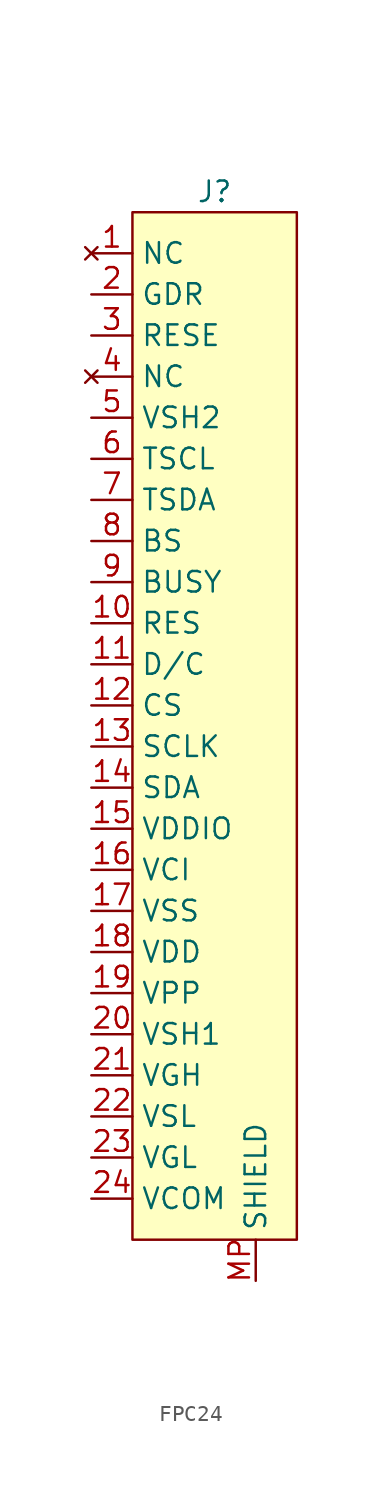
<source format=kicad_sym>
(kicad_symbol_lib
  (version 20220914)
  (generator kicad_symbol_editor)
  (symbol "FPC24"
    (property "Reference" "J"
      (at 0 33.02 0)
      (effects (font (size 1.27 1.27))))
    (property "Value" ""
      (at 2.54 33.02 0)
      (effects (font (size 1.27 1.27))))
    (symbol "FPC24_1_0"
      (pin input line (at -7.62 26.67 0) (length 2.54) (name "GDR" (effects (font (size 1.27 1.27)))) (number "2" (effects (font (size 1.27 1.27)))))
      (pin input line (at -7.62 24.13 0) (length 2.54) (name "RESE" (effects (font (size 1.27 1.27)))) (number "3" (effects (font (size 1.27 1.27)))))
      (pin no_connect line (at -7.62 21.59 0) (length 2.54) (name "NC" (effects (font (size 1.27 1.27)))) (number "4" (effects (font (size 1.27 1.27)))))
      (pin power_in line (at -7.62 19.05 0) (length 2.54) (name "VSH2" (effects (font (size 1.27 1.27)))) (number "5" (effects (font (size 1.27 1.27))))))
    (symbol "FPC24_1_1"
      (rectangle (start -5.08 31.75) (end 5.08 -31.75) (stroke (width 0) (type default)) (fill (type background)))
      (pin no_connect line (at -7.62 29.21 0) (length 2.54) (name "NC" (effects (font (size 1.27 1.27)))) (number "1" (effects (font (size 1.27 1.27)))))
      (pin input line (at -7.62 6.35 0) (length 2.54) (name "RES" (effects (font (size 1.27 1.27)))) (number "10" (effects (font (size 1.27 1.27)))))
      (pin input line (at -7.62 3.81 0) (length 2.54) (name "D/C" (effects (font (size 1.27 1.27)))) (number "11" (effects (font (size 1.27 1.27)))))
      (pin input line (at -7.62 1.27 0) (length 2.54) (name "CS" (effects (font (size 1.27 1.27)))) (number "12" (effects (font (size 1.27 1.27)))))
      (pin input line (at -7.62 -1.27 0) (length 2.54) (name "SCLK" (effects (font (size 1.27 1.27)))) (number "13" (effects (font (size 1.27 1.27)))))
      (pin input line (at -7.62 -3.81 0) (length 2.54) (name "SDA" (effects (font (size 1.27 1.27)))) (number "14" (effects (font (size 1.27 1.27)))))
      (pin power_in line (at -7.62 -6.35 0) (length 2.54) (name "VDDIO" (effects (font (size 1.27 1.27)))) (number "15" (effects (font (size 1.27 1.27)))))
      (pin power_in line (at -7.62 -8.89 0) (length 2.54) (name "VCI" (effects (font (size 1.27 1.27)))) (number "16" (effects (font (size 1.27 1.27)))))
      (pin passive line (at -7.62 -11.43 0) (length 2.54) (name "VSS" (effects (font (size 1.27 1.27)))) (number "17" (effects (font (size 1.27 1.27)))))
      (pin power_in line (at -7.62 -13.97 0) (length 2.54) (name "VDD" (effects (font (size 1.27 1.27)))) (number "18" (effects (font (size 1.27 1.27)))))
      (pin power_in line (at -7.62 -16.51 0) (length 2.54) (name "VPP" (effects (font (size 1.27 1.27)))) (number "19" (effects (font (size 1.27 1.27)))))
      (pin power_in line (at -7.62 -19.05 0) (length 2.54) (name "VSH1" (effects (font (size 1.27 1.27)))) (number "20" (effects (font (size 1.27 1.27)))))
      (pin power_in line (at -7.62 -21.59 0) (length 2.54) (name "VGH" (effects (font (size 1.27 1.27)))) (number "21" (effects (font (size 1.27 1.27)))))
      (pin power_in line (at -7.62 -24.13 0) (length 2.54) (name "VSL" (effects (font (size 1.27 1.27)))) (number "22" (effects (font (size 1.27 1.27)))))
      (pin power_in line (at -7.62 -26.67 0) (length 2.54) (name "VGL" (effects (font (size 1.27 1.27)))) (number "23" (effects (font (size 1.27 1.27)))))
      (pin input line (at -7.62 -29.21 0) (length 2.54) (name "VCOM" (effects (font (size 1.27 1.27)))) (number "24" (effects (font (size 1.27 1.27)))))
      (pin input line (at -7.62 16.51 0) (length 2.54) (name "TSCL" (effects (font (size 1.27 1.27)))) (number "6" (effects (font (size 1.27 1.27)))))
      (pin input line (at -7.62 13.97 0) (length 2.54) (name "TSDA" (effects (font (size 1.27 1.27)))) (number "7" (effects (font (size 1.27 1.27)))))
      (pin input line (at -7.62 11.43 0) (length 2.54) (name "BS" (effects (font (size 1.27 1.27)))) (number "8" (effects (font (size 1.27 1.27)))))
      (pin input line (at -7.62 8.89 0) (length 2.54) (name "BUSY" (effects (font (size 1.27 1.27)))) (number "9" (effects (font (size 1.27 1.27)))))
      (pin passive line (at 2.54 -34.29 90) (length 2.54) (name "SHIELD" (effects (font (size 1.27 1.27)))) (number "MP" (effects (font (size 1.27 1.27))))))))
</source>
